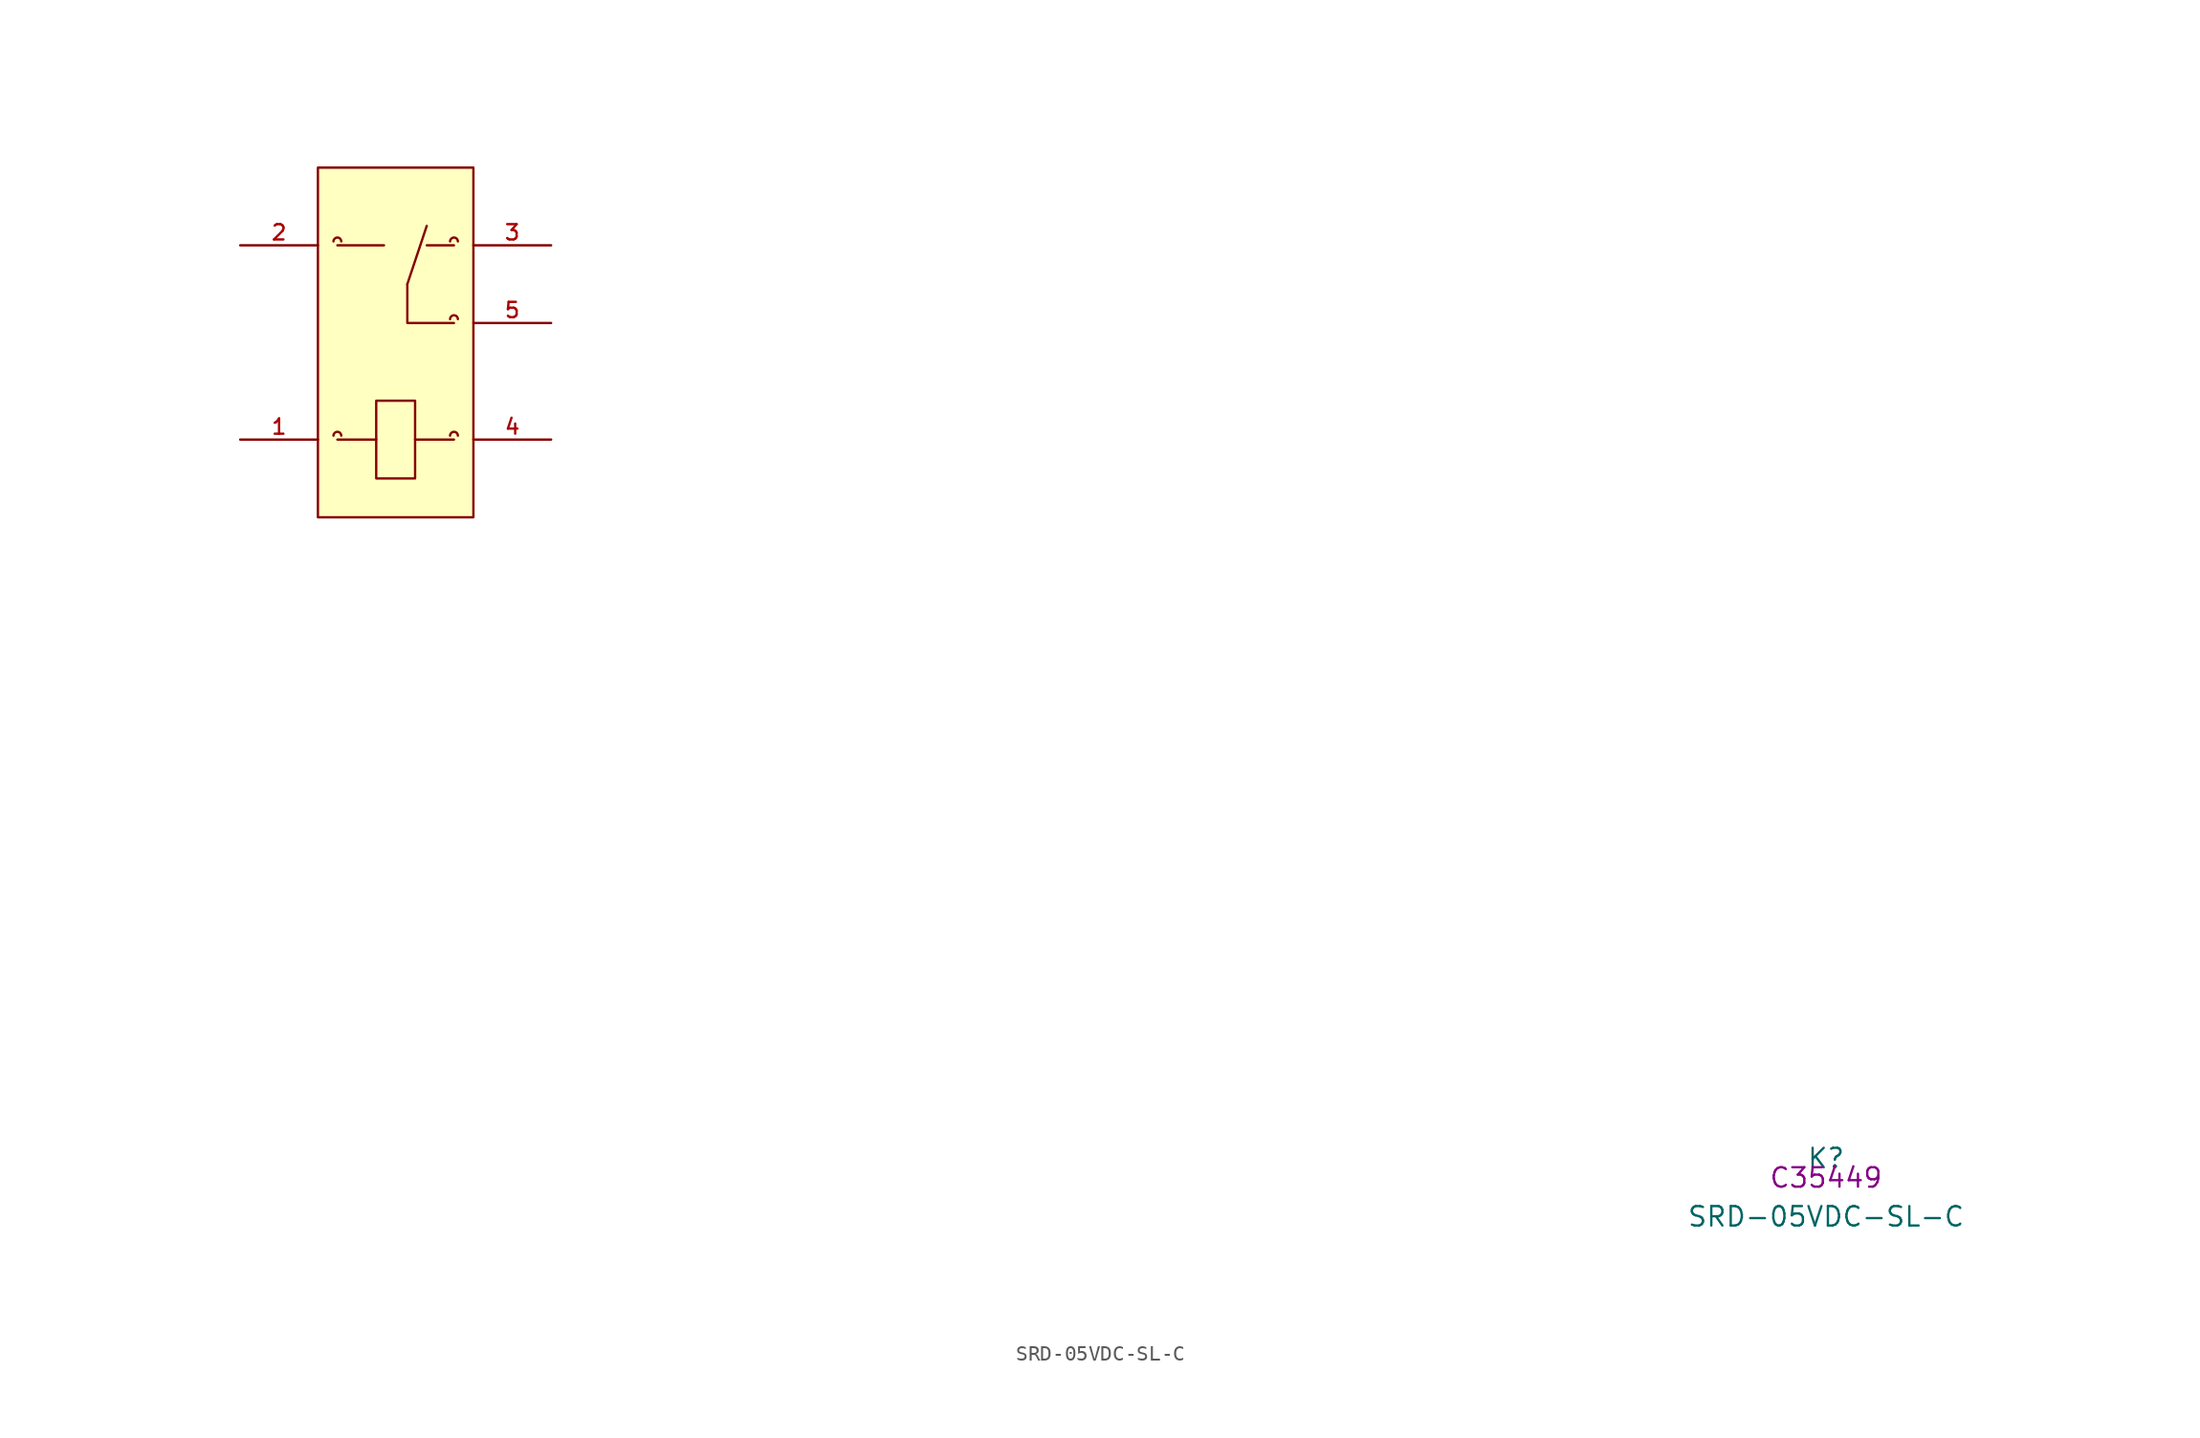
<source format=kicad_sym>
(kicad_symbol_lib
  (version 20210201)
  (generator TousstNicolas/JLC2KiCad_lib)
  (symbol "SRD-05VDC-SL-C"
    (pin_names hide)
    (property "Reference" "K"
      (at 0 1.27 0)
      (effects (font (size 1.27 1.27))))
    (property "Value" "SRD-05VDC-SL-C"
      (at 0 -2.54 0)
      (effects (font (size 1.27 1.27))))
    (property "LCSC" "C35449"
      (at 0 0 0)
      (effects (font (size 1.27 1.27))))
    (symbol "SRD-05VDC-SL-C_0_0"
      (rectangle (start -98.552 66.04) (end -88.392 43.18) (stroke (width 0) (type default) (color 0 0 0 0)) (fill (type background)))
      (pin input line (at -103.632 48.26 0) (length 5.08) (name "1" (effects (font (size 1 1)))) (number "1" (effects (font (size 1 1)))))
      (pin input line (at -103.632 60.96 0) (length 5.08) (name "2" (effects (font (size 1 1)))) (number "2" (effects (font (size 1 1)))))
      (pin input line (at -83.312 60.96 180) (length 5.08) (name "3" (effects (font (size 1 1)))) (number "3" (effects (font (size 1 1)))))
      (pin input line (at -83.312 48.26 180) (length 5.08) (name "4" (effects (font (size 1 1)))) (number "4" (effects (font (size 1 1)))))
      (pin input line (at -83.312 55.88 180) (length 5.08) (name "5" (effects (font (size 1 1)))) (number "5" (effects (font (size 1 1)))))
      (polyline (pts (xy -97.282 48.26) (xy -94.742 48.26)) (stroke (width 0) (type default) (color 0 0 0 0)) (fill (type none)))
      (polyline (pts (xy -92.202 48.26) (xy -89.662 48.26)) (stroke (width 0) (type default) (color 0 0 0 0)) (fill (type none)))
      (polyline (pts (xy -92.202 45.72) (xy -94.742 45.72) (xy -94.742 50.8) (xy -92.202 50.8) (xy -92.202 45.72)) (stroke (width 0) (type default) (color 0 0 0 0)) (fill (type none)))
      (arc (start -89.40774599999999 48.513999999999996) (mid -89.661746 48.768) (end -89.915746 48.513999999999996) (stroke (width 0) (type default) (color 0 0 0 0)) (fill (type none)))
      (arc (start -97.027746 48.513999999999996) (mid -97.281746 48.768) (end -97.53574599999999 48.513999999999996) (stroke (width 0) (type default) (color 0 0 0 0)) (fill (type none)))
      (polyline (pts (xy -89.662 55.88) (xy -92.71 55.88) (xy -92.71 58.42)) (stroke (width 0) (type default) (color 0 0 0 0)) (fill (type none)))
      (polyline (pts (xy -97.282 60.96) (xy -94.234 60.96)) (stroke (width 0) (type default) (color 0 0 0 0)) (fill (type none)))
      (polyline (pts (xy -89.662 60.96) (xy -91.44 60.96)) (stroke (width 0) (type default) (color 0 0 0 0)) (fill (type none)))
      (polyline (pts (xy -92.71 58.42) (xy -91.44 62.23)) (stroke (width 0) (type default) (color 0 0 0 0)) (fill (type none)))
      (arc (start -97.027746 61.214) (mid -97.281746 61.468) (end -97.53574599999999 61.214) (stroke (width 0) (type default) (color 0 0 0 0)) (fill (type none)))
      (arc (start -89.40774599999999 56.134) (mid -89.661746 56.388) (end -89.915746 56.134) (stroke (width 0) (type default) (color 0 0 0 0)) (fill (type none)))
      (arc (start -89.40774599999999 61.214) (mid -89.661746 61.468) (end -89.915746 61.214) (stroke (width 0) (type default) (color 0 0 0 0)) (fill (type none))))))
</source>
